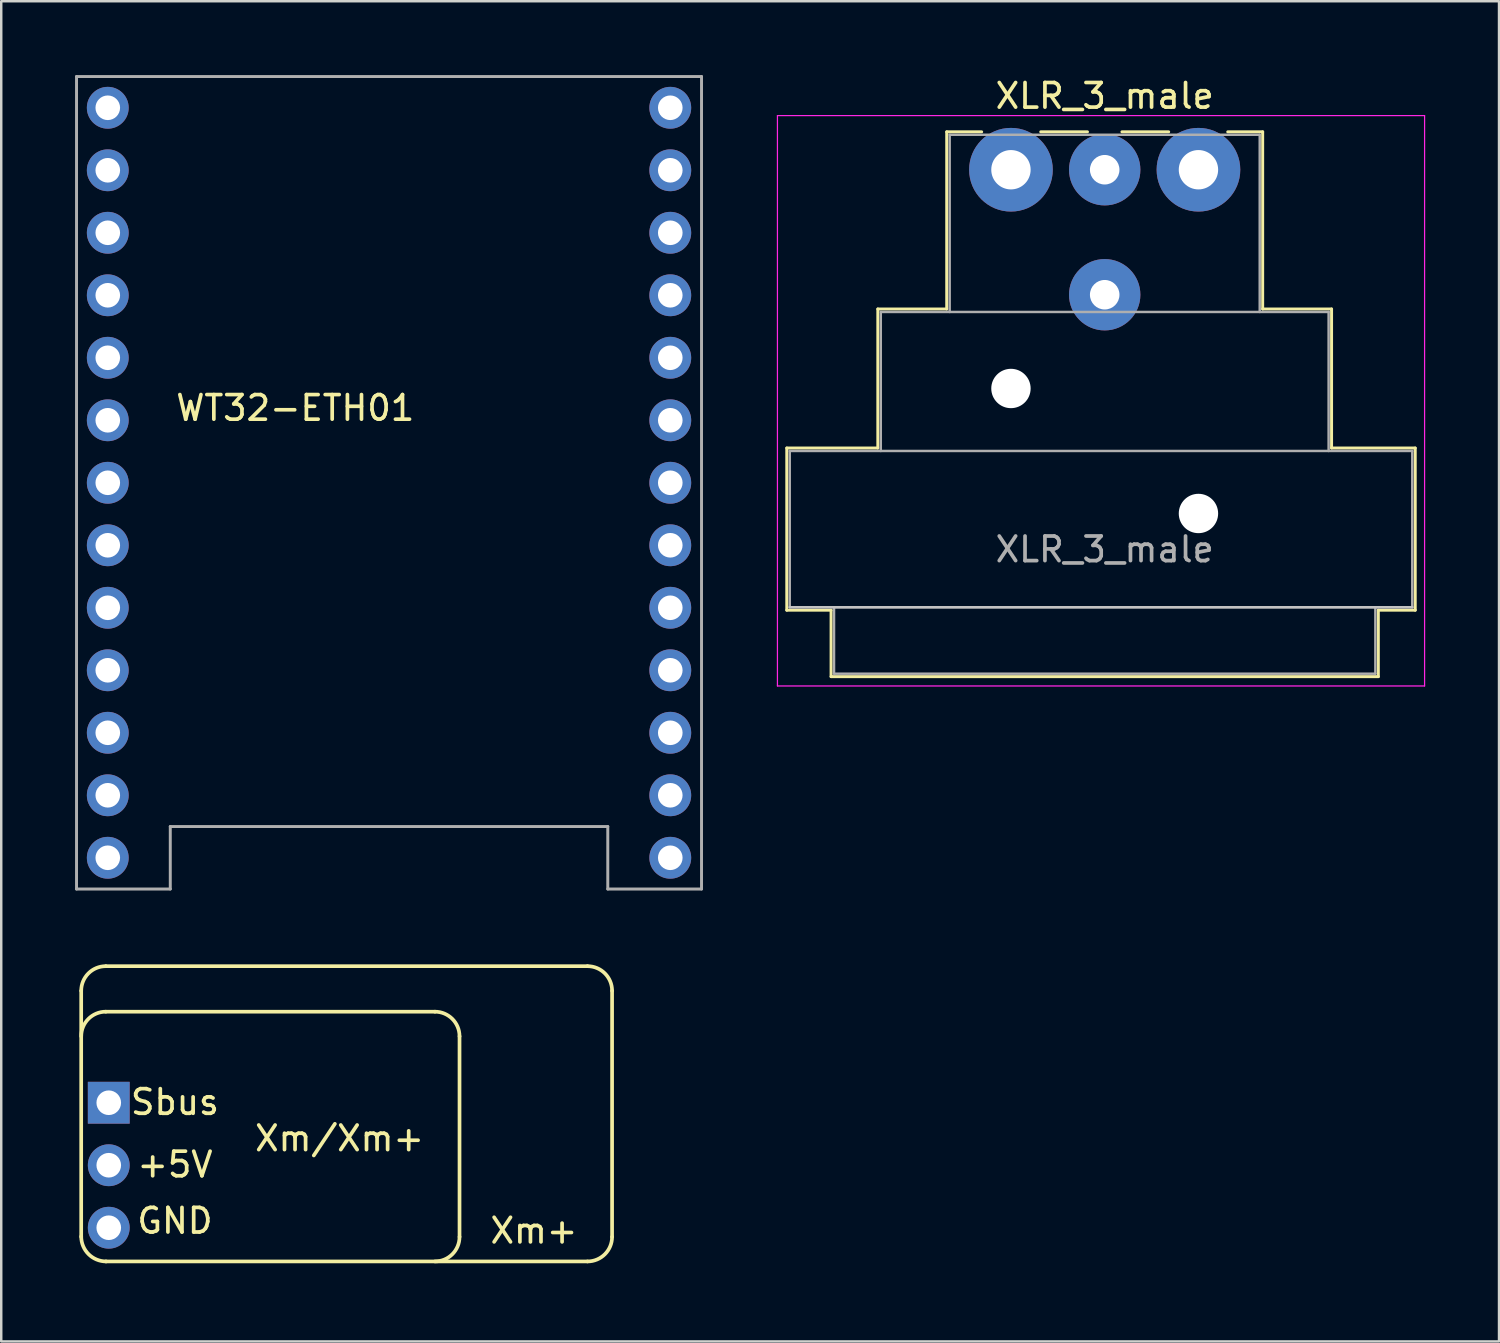
<source format=kicad_pcb>
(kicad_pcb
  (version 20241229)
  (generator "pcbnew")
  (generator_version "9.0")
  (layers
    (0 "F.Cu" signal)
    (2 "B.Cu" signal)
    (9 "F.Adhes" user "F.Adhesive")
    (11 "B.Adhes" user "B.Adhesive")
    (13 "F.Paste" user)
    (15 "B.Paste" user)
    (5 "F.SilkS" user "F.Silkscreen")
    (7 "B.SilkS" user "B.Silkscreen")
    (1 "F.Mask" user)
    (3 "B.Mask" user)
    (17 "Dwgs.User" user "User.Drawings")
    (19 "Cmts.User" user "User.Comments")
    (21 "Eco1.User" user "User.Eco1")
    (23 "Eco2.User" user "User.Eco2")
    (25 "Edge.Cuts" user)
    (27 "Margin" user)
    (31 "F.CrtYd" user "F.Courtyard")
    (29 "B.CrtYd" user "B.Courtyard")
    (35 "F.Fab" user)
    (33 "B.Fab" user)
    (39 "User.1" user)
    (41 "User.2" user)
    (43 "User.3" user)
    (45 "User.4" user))
  (footprint "XLR_3_male"
    (layer "F.Cu")
    (at 38.035 3.848)
    (property "Reference" "XLR_3_male" (at 3.81 -3 0) (layer "F.SilkS") (effects (font (size 1 1) (thickness 0.15))))
    (attr through_hole)
    (fp_line (start -9.11 11.31) (end -5.41 11.31) (stroke (width 0.12) (type solid)) (layer "F.SilkS"))
    (fp_line (start -9.11 17.9) (end -9.11 11.31) (stroke (width 0.12) (type solid)) (layer "F.SilkS"))
    (fp_line (start -7.31 17.9) (end -9.11 17.9) (stroke (width 0.12) (type solid)) (layer "F.SilkS"))
    (fp_line (start -7.31 17.9) (end -7.31 20.6) (stroke (width 0.12) (type solid)) (layer "F.SilkS"))
    (fp_line (start -5.41 11.31) (end -5.41 5.66) (stroke (width 0.12) (type solid)) (layer "F.SilkS"))
    (fp_line (start -2.61 5.66) (end -5.41 5.66) (stroke (width 0.12) (type solid)) (layer "F.SilkS"))
    (fp_line (start -2.61 5.66) (end -2.61 -1.54) (stroke (width 0.12) (type solid)) (layer "F.SilkS"))
    (fp_line (start -1.19 -1.54) (end -2.61 -1.54) (stroke (width 0.12) (type solid)) (layer "F.SilkS"))
    (fp_line (start 3.11 -1.54) (end 1.21 -1.54) (stroke (width 0.12) (type solid)) (layer "F.SilkS"))
    (fp_line (start 4.51 -1.54) (end 6.41 -1.54) (stroke (width 0.12) (type solid)) (layer "F.SilkS"))
    (fp_line (start 10.23 -1.54) (end 8.81 -1.54) (stroke (width 0.12) (type solid)) (layer "F.SilkS"))
    (fp_line (start 10.23 5.66) (end 10.23 -1.54) (stroke (width 0.12) (type solid)) (layer "F.SilkS"))
    (fp_line (start 10.23 5.66) (end 13.03 5.66) (stroke (width 0.12) (type solid)) (layer "F.SilkS"))
    (fp_line (start 13.03 11.31) (end 13.03 5.66) (stroke (width 0.12) (type solid)) (layer "F.SilkS"))
    (fp_line (start 13.03 11.31) (end 16.43 11.31) (stroke (width 0.12) (type solid)) (layer "F.SilkS"))
    (fp_line (start 14.93 17.9) (end 14.93 20.6) (stroke (width 0.12) (type solid)) (layer "F.SilkS"))
    (fp_line (start 14.93 20.6) (end -7.31 20.6) (stroke (width 0.12) (type solid)) (layer "F.SilkS"))
    (fp_line (start 16.43 17.9) (end 14.93 17.9) (stroke (width 0.12) (type solid)) (layer "F.SilkS"))
    (fp_line (start 16.43 17.9) (end 16.43 11.31) (stroke (width 0.12) (type solid)) (layer "F.SilkS"))
    (fp_line (start 16.31 17.78) (end -8.99 17.78) (stroke (width 0.1) (type solid)) (layer "Dwgs.User"))
    (fp_line (start -9.49 20.98) (end -9.49 -2.2) (stroke (width 0.05) (type solid)) (layer "F.CrtYd"))
    (fp_line (start 16.81 -2.2) (end -9.49 -2.2) (stroke (width 0.05) (type solid)) (layer "F.CrtYd"))
    (fp_line (start 16.81 20.98) (end -9.49 20.98) (stroke (width 0.05) (type solid)) (layer "F.CrtYd"))
    (fp_line (start 16.81 20.98) (end 16.81 -2.2) (stroke (width 0.05) (type solid)) (layer "F.CrtYd"))
    (fp_line (start -8.99 11.43) (end 16.31 11.43) (stroke (width 0.1) (type solid)) (layer "F.Fab"))
    (fp_line (start -8.99 17.78) (end -8.99 11.43) (stroke (width 0.1) (type solid)) (layer "F.Fab"))
    (fp_line (start -7.19 20.48) (end -7.19 17.78) (stroke (width 0.1) (type solid)) (layer "F.Fab"))
    (fp_line (start -5.29 5.78) (end -5.29 11.43) (stroke (width 0.1) (type solid)) (layer "F.Fab"))
    (fp_line (start -5.29 5.78) (end 12.91 5.78) (stroke (width 0.1) (type solid)) (layer "F.Fab"))
    (fp_line (start -2.49 5.78) (end -2.49 -1.42) (stroke (width 0.1) (type solid)) (layer "F.Fab"))
    (fp_line (start 10.11 -1.42) (end -2.49 -1.42) (stroke (width 0.1) (type solid)) (layer "F.Fab"))
    (fp_line (start 10.11 5.78) (end 10.11 -1.42) (stroke (width 0.1) (type solid)) (layer "F.Fab"))
    (fp_line (start 12.91 11.43) (end 12.91 5.78) (stroke (width 0.1) (type solid)) (layer "F.Fab"))
    (fp_line (start 14.81 17.78) (end 14.81 20.48) (stroke (width 0.1) (type solid)) (layer "F.Fab"))
    (fp_line (start 14.81 20.48) (end -7.19 20.48) (stroke (width 0.1) (type solid)) (layer "F.Fab"))
    (fp_line (start 16.31 11.43) (end 16.31 17.78) (stroke (width 0.1) (type solid)) (layer "F.Fab"))
    (fp_line (start 16.31 17.78) (end -8.99 17.78) (stroke (width 0.1) (type solid)) (layer "F.Fab"))
    (fp_text user "${REFERENCE}" (at 3.81 15.43 0) (layer "F.Fab") (effects (font (size 1 1) (thickness 0.15))))
    (pad "" np_thru_hole circle (at 0 8.89) (size 1.6 1.6) (drill 1.6) (layers "*.Cu" "*.Mask"))
    (pad "" np_thru_hole circle (at 7.62 13.97) (size 1.6 1.6) (drill 1.6) (layers "*.Cu" "*.Mask"))
    (pad "1" thru_hole circle (at 0 0) (size 3.4 3.4) (drill 1.6) (layers "*.Cu" "*.Mask"))
    (pad "2" thru_hole circle (at 7.62 0) (size 3.4 3.4) (drill 1.6) (layers "*.Cu" "*.Mask"))
    (pad "3" thru_hole circle (at 3.81 0) (size 2.9 2.9) (drill 1.2) (layers "*.Cu" "*.Mask"))
    (pad "G" thru_hole circle (at 3.81 5.08) (size 2.9 2.9) (drill 1.2) (layers "*.Cu" "*.Mask")))
  (footprint "Xm+"
    (layer "F.Cu")
    (at 0.25 48.215)
    (property "Reference" "Xm+" (at 18.4 -1.25 0) (layer "F.SilkS") (effects (font (size 1 1) (thickness 0.15))))
    (attr through_hole)
    (fp_line (start 0 -11) (end 0 -1) (stroke (width 0.15) (type solid)) (layer "F.SilkS"))
    (fp_line (start 1 -10.15) (end 14.375 -10.15) (stroke (width 0.15) (type solid)) (layer "F.SilkS"))
    (fp_line (start 1 0) (end 20.575 0) (stroke (width 0.15) (type solid)) (layer "F.SilkS"))
    (fp_line (start 15.375 -9.15) (end 15.375 -1) (stroke (width 0.15) (type solid)) (layer "F.SilkS"))
    (fp_line (start 20.575 -12) (end 1 -12) (stroke (width 0.15) (type solid)) (layer "F.SilkS"))
    (fp_line (start 21.575 -1) (end 21.575 -11) (stroke (width 0.15) (type solid)) (layer "F.SilkS"))
    (fp_arc (start 0 -11) (mid 0.292893 -11.707107) (end 1 -12) (stroke (width 0.15) (type solid)) (layer "F.SilkS"))
    (fp_arc (start 0 -9.15) (mid 0.292277 -9.85649) (end 0.998255 -10.149998) (stroke (width 0.15) (type solid)) (layer "F.SilkS"))
    (fp_arc (start 1.016 0) (mid 0.29758 -0.29758) (end 0 -1.016) (stroke (width 0.15) (type solid)) (layer "F.SilkS"))
    (fp_arc (start 14.375 -10.15) (mid 15.082107 -9.857107) (end 15.375 -9.15) (stroke (width 0.15) (type solid)) (layer "F.SilkS"))
    (fp_arc (start 15.375 -1) (mid 15.082107 -0.292893) (end 14.375 0) (stroke (width 0.15) (type solid)) (layer "F.SilkS"))
    (fp_arc (start 20.575 -12) (mid 21.282107 -11.707107) (end 21.575 -11) (stroke (width 0.15) (type solid)) (layer "F.SilkS"))
    (fp_arc (start 21.575 -1) (mid 21.282107 -0.292893) (end 20.575 0) (stroke (width 0.15) (type solid)) (layer "F.SilkS"))
    (fp_text user "Xm/Xm+" (at 10.5 -5 0) (layer "F.SilkS") (effects (font (size 1 1) (thickness 0.15))))
    (fp_text user "+5V" (at 3.81 -3.937 0) (layer "F.SilkS") (effects (font (size 1 1) (thickness 0.15))))
    (fp_text user "Sbus" (at 3.81 -6.477 0) (layer "F.SilkS") (effects (font (size 1 1) (thickness 0.15))))
    (fp_text user "GND" (at 3.81 -1.651 0) (layer "F.SilkS") (effects (font (size 1 1) (thickness 0.15))))
    (pad "1" thru_hole rect (at 1.12 -6.45) (size 1.7 1.7) (drill 1) (layers "*.Cu" "*.Mask"))
    (pad "2" thru_hole circle (at 1.12 -3.91) (size 1.7 1.7) (drill 1) (layers "*.Cu" "*.Mask"))
    (pad "3" thru_hole circle (at 1.12 -1.37) (size 1.7 1.7) (drill 1) (layers "*.Cu" "*.Mask")))
  (footprint "WT32-ETH01"
    (layer "F.Cu")
    (at 12.76 16.57)
    (property "Reference" "WT32-ETH01" (at -3.81 -3.04 0) (unlocked yes) (layer "F.SilkS") (effects (font (size 1 1) (thickness 0.15))))
    (fp_line (start -12.7 -16.51) (end -12.7 16.51) (stroke (width 0.12) (type solid)) (layer "F.Fab"))
    (fp_line (start -12.7 16.51) (end -8.89 16.51) (stroke (width 0.12) (type solid)) (layer "F.Fab"))
    (fp_line (start -8.89 13.97) (end 8.89 13.97) (stroke (width 0.12) (type solid)) (layer "F.Fab"))
    (fp_line (start -8.89 16.51) (end -8.89 13.97) (stroke (width 0.12) (type solid)) (layer "F.Fab"))
    (fp_line (start 8.89 13.97) (end 8.89 16.51) (stroke (width 0.12) (type solid)) (layer "F.Fab"))
    (fp_line (start 8.89 16.51) (end 12.7 16.51) (stroke (width 0.12) (type solid)) (layer "F.Fab"))
    (fp_line (start 12.7 -16.51) (end -12.7 -16.51) (stroke (width 0.12) (type solid)) (layer "F.Fab"))
    (fp_line (start 12.7 16.51) (end 12.7 -16.51) (stroke (width 0.12) (type solid)) (layer "F.Fab"))
    (pad "1" thru_hole circle (at -11.43 -15.24) (size 1.7 1.7) (drill 1) (layers "*.Cu" "*.Mask"))
    (pad "2" thru_hole circle (at -11.43 -12.7) (size 1.7 1.7) (drill 1) (layers "*.Cu" "*.Mask"))
    (pad "3" thru_hole circle (at -11.43 -10.16) (size 1.7 1.7) (drill 1) (layers "*.Cu" "*.Mask"))
    (pad "4" thru_hole circle (at -11.43 -7.62) (size 1.7 1.7) (drill 1) (layers "*.Cu" "*.Mask"))
    (pad "5" thru_hole circle (at -11.43 -5.08) (size 1.7 1.7) (drill 1) (layers "*.Cu" "*.Mask"))
    (pad "6" thru_hole circle (at -11.43 -2.54) (size 1.7 1.7) (drill 1) (layers "*.Cu" "*.Mask"))
    (pad "7" thru_hole circle (at -11.43 0) (size 1.7 1.7) (drill 1) (layers "*.Cu" "*.Mask"))
    (pad "8" thru_hole circle (at -11.43 2.54) (size 1.7 1.7) (drill 1) (layers "*.Cu" "*.Mask"))
    (pad "9" thru_hole circle (at -11.43 5.08) (size 1.7 1.7) (drill 1) (layers "*.Cu" "*.Mask"))
    (pad "10" thru_hole circle (at -11.43 7.62) (size 1.7 1.7) (drill 1) (layers "*.Cu" "*.Mask"))
    (pad "11" thru_hole circle (at -11.43 10.16) (size 1.7 1.7) (drill 1) (layers "*.Cu" "*.Mask"))
    (pad "12" thru_hole circle (at -11.43 12.7) (size 1.7 1.7) (drill 1) (layers "*.Cu" "*.Mask"))
    (pad "13" thru_hole circle (at -11.43 15.24) (size 1.7 1.7) (drill 1) (layers "*.Cu" "*.Mask"))
    (pad "14" thru_hole circle (at 11.43 -15.24) (size 1.7 1.7) (drill 1) (layers "*.Cu" "*.Mask"))
    (pad "15" thru_hole circle (at 11.43 -12.7) (size 1.7 1.7) (drill 1) (layers "*.Cu" "*.Mask"))
    (pad "16" thru_hole circle (at 11.43 -10.16) (size 1.7 1.7) (drill 1) (layers "*.Cu" "*.Mask"))
    (pad "17" thru_hole circle (at 11.43 -7.62) (size 1.7 1.7) (drill 1) (layers "*.Cu" "*.Mask"))
    (pad "18" thru_hole circle (at 11.43 -5.08) (size 1.7 1.7) (drill 1) (layers "*.Cu" "*.Mask"))
    (pad "19" thru_hole circle (at 11.43 -2.54) (size 1.7 1.7) (drill 1) (layers "*.Cu" "*.Mask"))
    (pad "20" thru_hole circle (at 11.43 0) (size 1.7 1.7) (drill 1) (layers "*.Cu" "*.Mask"))
    (pad "21" thru_hole circle (at 11.43 2.54) (size 1.7 1.7) (drill 1) (layers "*.Cu" "*.Mask"))
    (pad "22" thru_hole circle (at 11.43 5.08) (size 1.7 1.7) (drill 1) (layers "*.Cu" "*.Mask"))
    (pad "23" thru_hole circle (at 11.43 7.62) (size 1.7 1.7) (drill 1) (layers "*.Cu" "*.Mask"))
    (pad "24" thru_hole circle (at 11.43 10.16) (size 1.7 1.7) (drill 1) (layers "*.Cu" "*.Mask"))
    (pad "25" thru_hole circle (at 11.43 12.7) (size 1.7 1.7) (drill 1) (layers "*.Cu" "*.Mask"))
    (pad "26" thru_hole circle (at 11.43 15.24) (size 1.7 1.7) (drill 1) (layers "*.Cu" "*.Mask")))
  (gr_rect
    (start -3 -3)
    (end 57.87 51.465)
    (stroke (width 0.1) (type default))
    (fill no)
    (layer "Edge.Cuts")))
</source>
